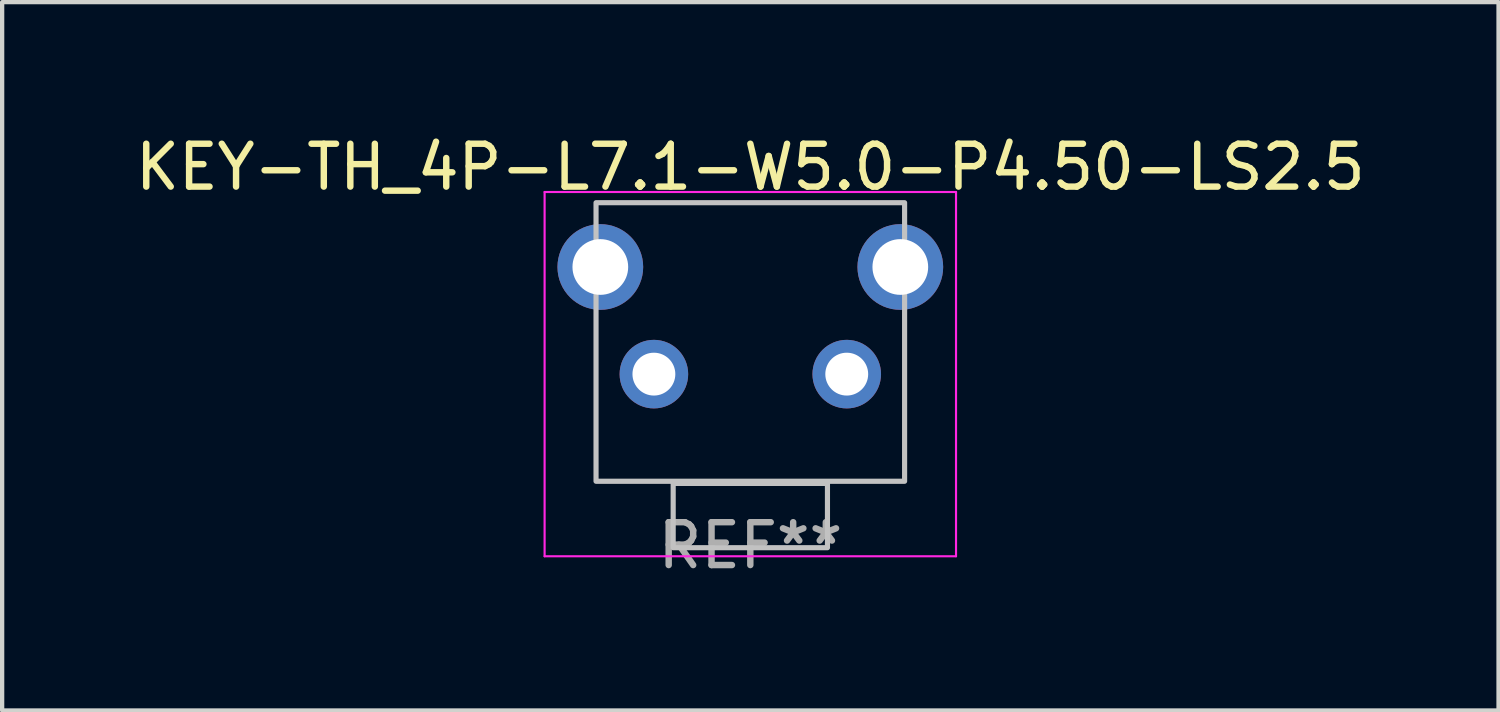
<source format=kicad_pcb>
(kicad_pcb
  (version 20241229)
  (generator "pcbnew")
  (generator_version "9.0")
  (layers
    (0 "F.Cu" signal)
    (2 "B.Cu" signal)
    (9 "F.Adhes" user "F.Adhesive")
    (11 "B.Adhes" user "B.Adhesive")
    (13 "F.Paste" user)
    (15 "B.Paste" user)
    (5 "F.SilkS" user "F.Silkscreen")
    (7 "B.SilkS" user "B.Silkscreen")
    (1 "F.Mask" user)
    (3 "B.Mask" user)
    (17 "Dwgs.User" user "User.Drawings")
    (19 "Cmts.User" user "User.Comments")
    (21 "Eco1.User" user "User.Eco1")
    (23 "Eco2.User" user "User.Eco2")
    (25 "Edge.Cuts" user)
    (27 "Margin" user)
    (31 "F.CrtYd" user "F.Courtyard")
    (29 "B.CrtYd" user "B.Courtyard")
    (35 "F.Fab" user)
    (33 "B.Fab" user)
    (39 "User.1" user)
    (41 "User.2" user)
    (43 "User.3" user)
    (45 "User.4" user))
  (footprint "KEY-TH_4P-L7.1-W5.0-P4.50-LS2.5"
    (layer "F.Cu")
    (at 14.458 4.43)
    (property "Reference" "KEY-TH_4P-L7.1-W5.0-P4.50-LS2.5" (at 0 -3.581 0) (layer "F.SilkS") (effects (font (size 1 1) (thickness 0.15))))
    (attr through_hole)
    (fp_poly (pts (xy -3.6 -2.75) (xy 3.6 -2.75) (xy 3.6 3.75) (xy -3.6 3.75)) (stroke (width 0.12) (type solid)) (fill no) (layer "Dwgs.User"))
    (fp_poly (pts (xy -1.8 3.8) (xy 1.8 3.8) (xy 1.8 5.3) (xy -1.8 5.3)) (stroke (width 0.12) (type solid)) (fill no) (layer "Dwgs.User"))
    (fp_line (start -4.8 -3) (end -4.8 5.5) (stroke (width 0.05) (type solid)) (layer "F.CrtYd"))
    (fp_line (start 4.8 -3) (end -4.8 -3) (stroke (width 0.05) (type solid)) (layer "F.CrtYd"))
    (fp_line (start 4.8 -3) (end 4.8 5.5) (stroke (width 0.05) (type solid)) (layer "F.CrtYd"))
    (fp_line (start 4.8 5.5) (end -4.8 5.5) (stroke (width 0.05) (type solid)) (layer "F.CrtYd"))
    (fp_text user "REF**" (at 0 5.25 0) (layer "F.Fab") (effects (font (size 1 1) (thickness 0.15))))
    (pad "1" thru_hole circle (at -2.25 1.25) (size 1.6 1.6) (drill 1) (layers "*.Cu" "*.Mask"))
    (pad "2" thru_hole circle (at 2.25 1.25) (size 1.6 1.6) (drill 1) (layers "*.Cu" "*.Mask"))
    (pad "3" thru_hole circle (at -3.5 -1.25) (size 2 2) (drill 1.3) (layers "*.Cu" "*.Mask"))
    (pad "4" thru_hole circle (at 3.5 -1.25) (size 2 2) (drill 1.3) (layers "*.Cu" "*.Mask")))
  (gr_rect
    (start -3 -3)
    (end 31.917 13.528)
    (stroke (width 0.1) (type default))
    (fill no)
    (layer "Edge.Cuts")))
</source>
